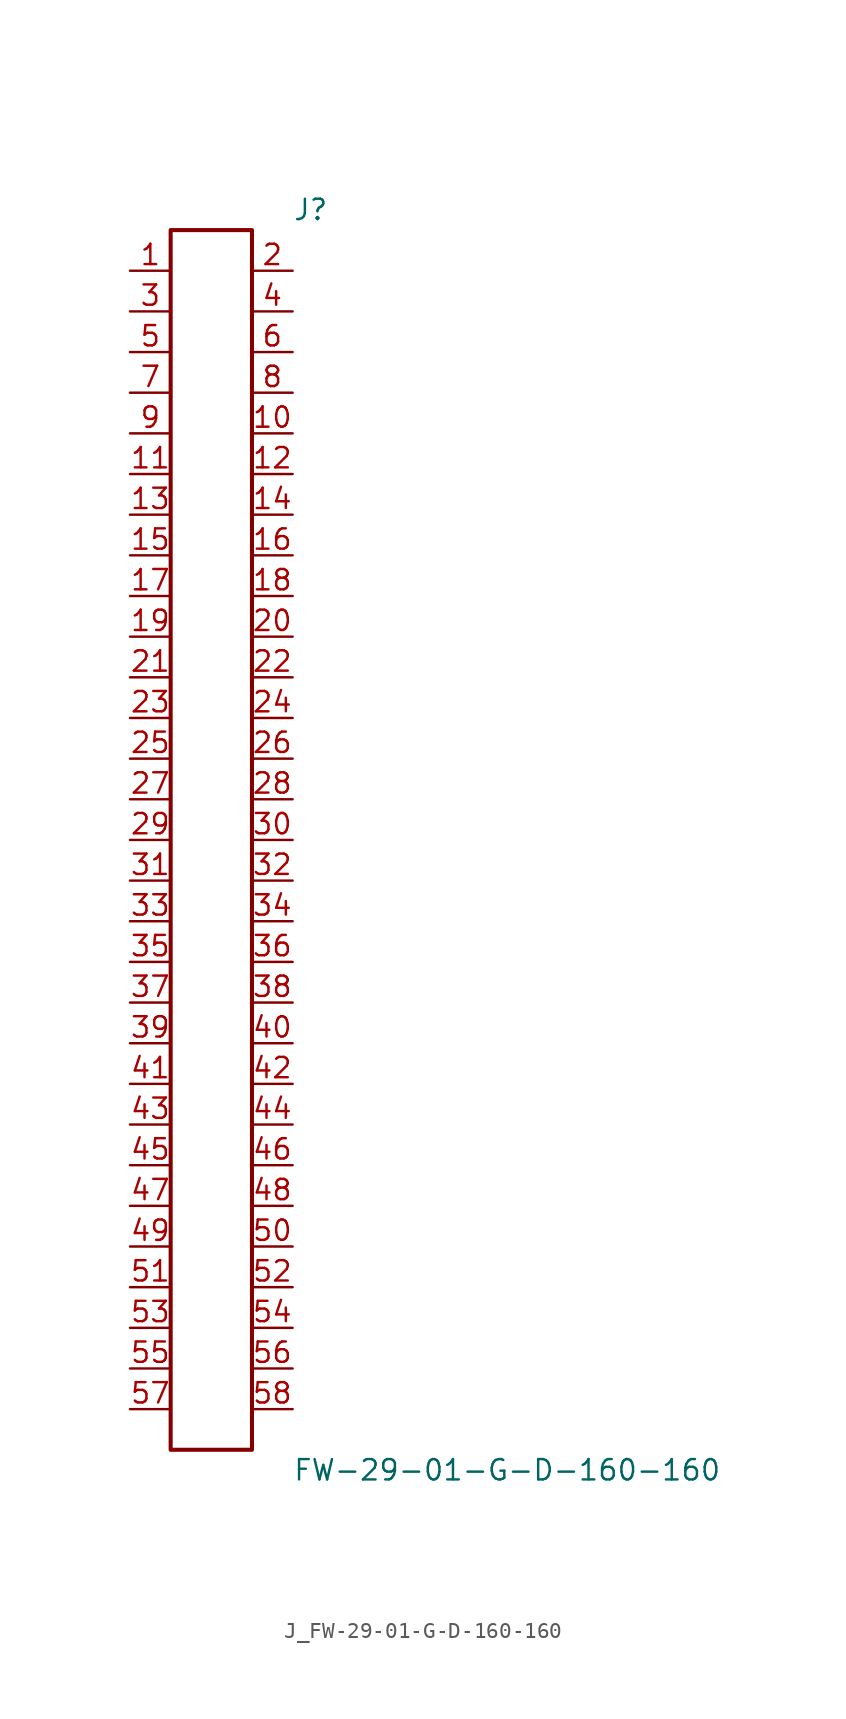
<source format=kicad_sym>
(kicad_symbol_lib
  (version 20231120)
  (generator kicad_symbol_editor)
  (generator_version 8.0)
  (symbol "J_FW-29-01-G-D-160-160"
    (pin_names
      (offset 0.254))
    (property "Reference" "J"
      (at 5.08 39.37 0)
      (effects (font (size 1.27 1.27)) (justify left)))
    (property "Value" "FW-29-01-G-D-160-160"
      (at 5.08 -39.37 0)
      (effects (font (size 1.27 1.27)) (justify left)))
    (symbol "J_FW-29-01-G-D-160-160_0_0"
      (pin unspecified line (at -5.08 35.56 0) (length 2.54) (name "" (effects (font (size 1.27 1.27)))) (number "1" (effects (font (size 1.27 1.27)))))
      (pin unspecified line (at 5.08 35.56 180) (length 2.54) (name "" (effects (font (size 1.27 1.27)))) (number "2" (effects (font (size 1.27 1.27)))))
      (pin unspecified line (at -5.08 33.02 0) (length 2.54) (name "" (effects (font (size 1.27 1.27)))) (number "3" (effects (font (size 1.27 1.27)))))
      (pin unspecified line (at 5.08 33.02 180) (length 2.54) (name "" (effects (font (size 1.27 1.27)))) (number "4" (effects (font (size 1.27 1.27)))))
      (pin unspecified line (at -5.08 30.48 0) (length 2.54) (name "" (effects (font (size 1.27 1.27)))) (number "5" (effects (font (size 1.27 1.27)))))
      (pin unspecified line (at 5.08 30.48 180) (length 2.54) (name "" (effects (font (size 1.27 1.27)))) (number "6" (effects (font (size 1.27 1.27)))))
      (pin unspecified line (at -5.08 27.94 0) (length 2.54) (name "" (effects (font (size 1.27 1.27)))) (number "7" (effects (font (size 1.27 1.27)))))
      (pin unspecified line (at 5.08 27.94 180) (length 2.54) (name "" (effects (font (size 1.27 1.27)))) (number "8" (effects (font (size 1.27 1.27)))))
      (pin unspecified line (at -5.08 25.4 0) (length 2.54) (name "" (effects (font (size 1.27 1.27)))) (number "9" (effects (font (size 1.27 1.27)))))
      (pin unspecified line (at 5.08 25.4 180) (length 2.54) (name "" (effects (font (size 1.27 1.27)))) (number "10" (effects (font (size 1.27 1.27)))))
      (pin unspecified line (at -5.08 22.86 0) (length 2.54) (name "" (effects (font (size 1.27 1.27)))) (number "11" (effects (font (size 1.27 1.27)))))
      (pin unspecified line (at 5.08 22.86 180) (length 2.54) (name "" (effects (font (size 1.27 1.27)))) (number "12" (effects (font (size 1.27 1.27)))))
      (pin unspecified line (at -5.08 20.32 0) (length 2.54) (name "" (effects (font (size 1.27 1.27)))) (number "13" (effects (font (size 1.27 1.27)))))
      (pin unspecified line (at 5.08 20.32 180) (length 2.54) (name "" (effects (font (size 1.27 1.27)))) (number "14" (effects (font (size 1.27 1.27)))))
      (pin unspecified line (at -5.08 17.78 0) (length 2.54) (name "" (effects (font (size 1.27 1.27)))) (number "15" (effects (font (size 1.27 1.27)))))
      (pin unspecified line (at 5.08 17.78 180) (length 2.54) (name "" (effects (font (size 1.27 1.27)))) (number "16" (effects (font (size 1.27 1.27)))))
      (pin unspecified line (at -5.08 15.24 0) (length 2.54) (name "" (effects (font (size 1.27 1.27)))) (number "17" (effects (font (size 1.27 1.27)))))
      (pin unspecified line (at 5.08 15.24 180) (length 2.54) (name "" (effects (font (size 1.27 1.27)))) (number "18" (effects (font (size 1.27 1.27)))))
      (pin unspecified line (at -5.08 12.7 0) (length 2.54) (name "" (effects (font (size 1.27 1.27)))) (number "19" (effects (font (size 1.27 1.27)))))
      (pin unspecified line (at 5.08 12.7 180) (length 2.54) (name "" (effects (font (size 1.27 1.27)))) (number "20" (effects (font (size 1.27 1.27)))))
      (pin unspecified line (at -5.08 10.16 0) (length 2.54) (name "" (effects (font (size 1.27 1.27)))) (number "21" (effects (font (size 1.27 1.27)))))
      (pin unspecified line (at 5.08 10.16 180) (length 2.54) (name "" (effects (font (size 1.27 1.27)))) (number "22" (effects (font (size 1.27 1.27)))))
      (pin unspecified line (at -5.08 7.62 0) (length 2.54) (name "" (effects (font (size 1.27 1.27)))) (number "23" (effects (font (size 1.27 1.27)))))
      (pin unspecified line (at 5.08 7.62 180) (length 2.54) (name "" (effects (font (size 1.27 1.27)))) (number "24" (effects (font (size 1.27 1.27)))))
      (pin unspecified line (at -5.08 5.08 0) (length 2.54) (name "" (effects (font (size 1.27 1.27)))) (number "25" (effects (font (size 1.27 1.27)))))
      (pin unspecified line (at 5.08 5.08 180) (length 2.54) (name "" (effects (font (size 1.27 1.27)))) (number "26" (effects (font (size 1.27 1.27)))))
      (pin unspecified line (at -5.08 2.54 0) (length 2.54) (name "" (effects (font (size 1.27 1.27)))) (number "27" (effects (font (size 1.27 1.27)))))
      (pin unspecified line (at 5.08 2.54 180) (length 2.54) (name "" (effects (font (size 1.27 1.27)))) (number "28" (effects (font (size 1.27 1.27)))))
      (pin unspecified line (at -5.08 0.0 0) (length 2.54) (name "" (effects (font (size 1.27 1.27)))) (number "29" (effects (font (size 1.27 1.27)))))
      (pin unspecified line (at 5.08 0.0 180) (length 2.54) (name "" (effects (font (size 1.27 1.27)))) (number "30" (effects (font (size 1.27 1.27)))))
      (pin unspecified line (at -5.08 -2.54 0) (length 2.54) (name "" (effects (font (size 1.27 1.27)))) (number "31" (effects (font (size 1.27 1.27)))))
      (pin unspecified line (at 5.08 -2.54 180) (length 2.54) (name "" (effects (font (size 1.27 1.27)))) (number "32" (effects (font (size 1.27 1.27)))))
      (pin unspecified line (at -5.08 -5.08 0) (length 2.54) (name "" (effects (font (size 1.27 1.27)))) (number "33" (effects (font (size 1.27 1.27)))))
      (pin unspecified line (at 5.08 -5.08 180) (length 2.54) (name "" (effects (font (size 1.27 1.27)))) (number "34" (effects (font (size 1.27 1.27)))))
      (pin unspecified line (at -5.08 -7.62 0) (length 2.54) (name "" (effects (font (size 1.27 1.27)))) (number "35" (effects (font (size 1.27 1.27)))))
      (pin unspecified line (at 5.08 -7.62 180) (length 2.54) (name "" (effects (font (size 1.27 1.27)))) (number "36" (effects (font (size 1.27 1.27)))))
      (pin unspecified line (at -5.08 -10.16 0) (length 2.54) (name "" (effects (font (size 1.27 1.27)))) (number "37" (effects (font (size 1.27 1.27)))))
      (pin unspecified line (at 5.08 -10.16 180) (length 2.54) (name "" (effects (font (size 1.27 1.27)))) (number "38" (effects (font (size 1.27 1.27)))))
      (pin unspecified line (at -5.08 -12.7 0) (length 2.54) (name "" (effects (font (size 1.27 1.27)))) (number "39" (effects (font (size 1.27 1.27)))))
      (pin unspecified line (at 5.08 -12.7 180) (length 2.54) (name "" (effects (font (size 1.27 1.27)))) (number "40" (effects (font (size 1.27 1.27)))))
      (pin unspecified line (at -5.08 -15.24 0) (length 2.54) (name "" (effects (font (size 1.27 1.27)))) (number "41" (effects (font (size 1.27 1.27)))))
      (pin unspecified line (at 5.08 -15.24 180) (length 2.54) (name "" (effects (font (size 1.27 1.27)))) (number "42" (effects (font (size 1.27 1.27)))))
      (pin unspecified line (at -5.08 -17.78 0) (length 2.54) (name "" (effects (font (size 1.27 1.27)))) (number "43" (effects (font (size 1.27 1.27)))))
      (pin unspecified line (at 5.08 -17.78 180) (length 2.54) (name "" (effects (font (size 1.27 1.27)))) (number "44" (effects (font (size 1.27 1.27)))))
      (pin unspecified line (at -5.08 -20.32 0) (length 2.54) (name "" (effects (font (size 1.27 1.27)))) (number "45" (effects (font (size 1.27 1.27)))))
      (pin unspecified line (at 5.08 -20.32 180) (length 2.54) (name "" (effects (font (size 1.27 1.27)))) (number "46" (effects (font (size 1.27 1.27)))))
      (pin unspecified line (at -5.08 -22.86 0) (length 2.54) (name "" (effects (font (size 1.27 1.27)))) (number "47" (effects (font (size 1.27 1.27)))))
      (pin unspecified line (at 5.08 -22.86 180) (length 2.54) (name "" (effects (font (size 1.27 1.27)))) (number "48" (effects (font (size 1.27 1.27)))))
      (pin unspecified line (at -5.08 -25.4 0) (length 2.54) (name "" (effects (font (size 1.27 1.27)))) (number "49" (effects (font (size 1.27 1.27)))))
      (pin unspecified line (at 5.08 -25.4 180) (length 2.54) (name "" (effects (font (size 1.27 1.27)))) (number "50" (effects (font (size 1.27 1.27)))))
      (pin unspecified line (at -5.08 -27.94 0) (length 2.54) (name "" (effects (font (size 1.27 1.27)))) (number "51" (effects (font (size 1.27 1.27)))))
      (pin unspecified line (at 5.08 -27.94 180) (length 2.54) (name "" (effects (font (size 1.27 1.27)))) (number "52" (effects (font (size 1.27 1.27)))))
      (pin unspecified line (at -5.08 -30.48 0) (length 2.54) (name "" (effects (font (size 1.27 1.27)))) (number "53" (effects (font (size 1.27 1.27)))))
      (pin unspecified line (at 5.08 -30.48 180) (length 2.54) (name "" (effects (font (size 1.27 1.27)))) (number "54" (effects (font (size 1.27 1.27)))))
      (pin unspecified line (at -5.08 -33.02 0) (length 2.54) (name "" (effects (font (size 1.27 1.27)))) (number "55" (effects (font (size 1.27 1.27)))))
      (pin unspecified line (at 5.08 -33.02 180) (length 2.54) (name "" (effects (font (size 1.27 1.27)))) (number "56" (effects (font (size 1.27 1.27)))))
      (pin unspecified line (at -5.08 -35.56 0) (length 2.54) (name "" (effects (font (size 1.27 1.27)))) (number "57" (effects (font (size 1.27 1.27)))))
      (pin unspecified line (at 5.08 -35.56 180) (length 2.54) (name "" (effects (font (size 1.27 1.27)))) (number "58" (effects (font (size 1.27 1.27))))))
    (symbol "J_FW-29-01-G-D-160-160_1_0"
      (rectangle (start -2.54 38.1) (end 2.54 -38.1) (stroke (width 0.254) (type solid)) (fill (type none))))))
</source>
